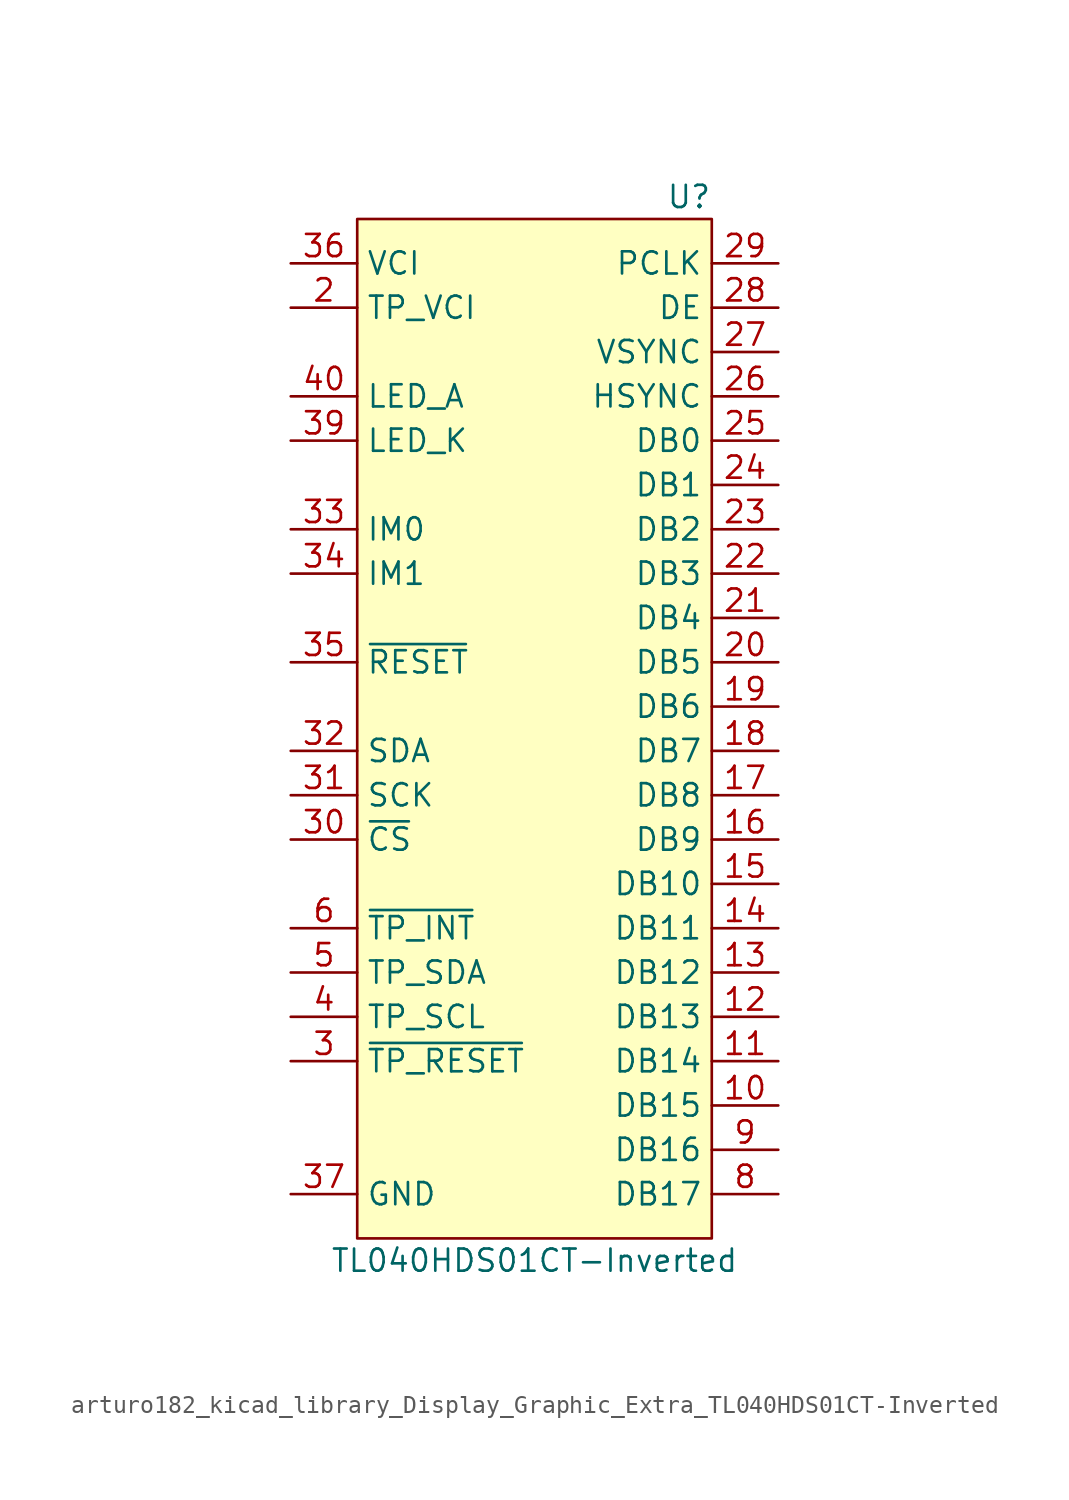
<source format=kicad_sym>
(kicad_symbol_lib
  (version 20220914)
  (generator kicad_symbol_editor)
  (symbol "arturo182_kicad_library_Display_Graphic_Extra_TL040HDS01CT-Inverted"
    (property "Reference" "U"
      (at 10.16 29.21 0)
      (effects (font (size 1.27 1.27)) (justify right)))
    (property "Value" "TL040HDS01CT-Inverted"
      (at 0 -31.75 0)
      (effects (font (size 1.27 1.27))))
    (symbol "arturo182_kicad_library_Display_Graphic_Extra_TL040HDS01CT-Inverted_0_1"
      (rectangle (start -10.16 27.94) (end 10.16 -30.48) (stroke (width 0) (type default)) (fill (type background))))
    (symbol "arturo182_kicad_library_Display_Graphic_Extra_TL040HDS01CT-Inverted_1_1"
      (pin passive line (at -13.97 -27.94 0) (length 3.81) hide (name "GND" (effects (font (size 1.27 1.27)))) (number "1" (effects (font (size 1.27 1.27)))))
      (pin input line (at 13.97 -22.86 180) (length 3.81) (name "DB15" (effects (font (size 1.27 1.27)))) (number "10" (effects (font (size 1.27 1.27)))))
      (pin input line (at 13.97 -20.32 180) (length 3.81) (name "DB14" (effects (font (size 1.27 1.27)))) (number "11" (effects (font (size 1.27 1.27)))))
      (pin input line (at 13.97 -17.78 180) (length 3.81) (name "DB13" (effects (font (size 1.27 1.27)))) (number "12" (effects (font (size 1.27 1.27)))))
      (pin input line (at 13.97 -15.24 180) (length 3.81) (name "DB12" (effects (font (size 1.27 1.27)))) (number "13" (effects (font (size 1.27 1.27)))))
      (pin input line (at 13.97 -12.7 180) (length 3.81) (name "DB11" (effects (font (size 1.27 1.27)))) (number "14" (effects (font (size 1.27 1.27)))))
      (pin input line (at 13.97 -10.16 180) (length 3.81) (name "DB10" (effects (font (size 1.27 1.27)))) (number "15" (effects (font (size 1.27 1.27)))))
      (pin input line (at 13.97 -7.62 180) (length 3.81) (name "DB9" (effects (font (size 1.27 1.27)))) (number "16" (effects (font (size 1.27 1.27)))))
      (pin input line (at 13.97 -5.08 180) (length 3.81) (name "DB8" (effects (font (size 1.27 1.27)))) (number "17" (effects (font (size 1.27 1.27)))))
      (pin input line (at 13.97 -2.54 180) (length 3.81) (name "DB7" (effects (font (size 1.27 1.27)))) (number "18" (effects (font (size 1.27 1.27)))))
      (pin input line (at 13.97 0 180) (length 3.81) (name "DB6" (effects (font (size 1.27 1.27)))) (number "19" (effects (font (size 1.27 1.27)))))
      (pin power_in line (at -13.97 22.86 0) (length 3.81) (name "TP_VCI" (effects (font (size 1.27 1.27)))) (number "2" (effects (font (size 1.27 1.27)))))
      (pin input line (at 13.97 2.54 180) (length 3.81) (name "DB5" (effects (font (size 1.27 1.27)))) (number "20" (effects (font (size 1.27 1.27)))))
      (pin input line (at 13.97 5.08 180) (length 3.81) (name "DB4" (effects (font (size 1.27 1.27)))) (number "21" (effects (font (size 1.27 1.27)))))
      (pin input line (at 13.97 7.62 180) (length 3.81) (name "DB3" (effects (font (size 1.27 1.27)))) (number "22" (effects (font (size 1.27 1.27)))))
      (pin input line (at 13.97 10.16 180) (length 3.81) (name "DB2" (effects (font (size 1.27 1.27)))) (number "23" (effects (font (size 1.27 1.27)))))
      (pin input line (at 13.97 12.7 180) (length 3.81) (name "DB1" (effects (font (size 1.27 1.27)))) (number "24" (effects (font (size 1.27 1.27)))))
      (pin input line (at 13.97 15.24 180) (length 3.81) (name "DB0" (effects (font (size 1.27 1.27)))) (number "25" (effects (font (size 1.27 1.27)))))
      (pin input line (at 13.97 17.78 180) (length 3.81) (name "HSYNC" (effects (font (size 1.27 1.27)))) (number "26" (effects (font (size 1.27 1.27)))))
      (pin input line (at 13.97 20.32 180) (length 3.81) (name "VSYNC" (effects (font (size 1.27 1.27)))) (number "27" (effects (font (size 1.27 1.27)))))
      (pin input line (at 13.97 22.86 180) (length 3.81) (name "DE" (effects (font (size 1.27 1.27)))) (number "28" (effects (font (size 1.27 1.27)))))
      (pin input line (at 13.97 25.4 180) (length 3.81) (name "PCLK" (effects (font (size 1.27 1.27)))) (number "29" (effects (font (size 1.27 1.27)))))
      (pin input line (at -13.97 -20.32 0) (length 3.81) (name "~{TP_RESET}" (effects (font (size 1.27 1.27)))) (number "3" (effects (font (size 1.27 1.27)))))
      (pin input line (at -13.97 -7.62 0) (length 3.81) (name "~{CS}" (effects (font (size 1.27 1.27)))) (number "30" (effects (font (size 1.27 1.27)))))
      (pin input line (at -13.97 -5.08 0) (length 3.81) (name "SCK" (effects (font (size 1.27 1.27)))) (number "31" (effects (font (size 1.27 1.27)))))
      (pin bidirectional line (at -13.97 -2.54 0) (length 3.81) (name "SDA" (effects (font (size 1.27 1.27)))) (number "32" (effects (font (size 1.27 1.27)))))
      (pin input line (at -13.97 10.16 0) (length 3.81) (name "IM0" (effects (font (size 1.27 1.27)))) (number "33" (effects (font (size 1.27 1.27)))))
      (pin input line (at -13.97 7.62 0) (length 3.81) (name "IM1" (effects (font (size 1.27 1.27)))) (number "34" (effects (font (size 1.27 1.27)))))
      (pin input line (at -13.97 2.54 0) (length 3.81) (name "~{RESET}" (effects (font (size 1.27 1.27)))) (number "35" (effects (font (size 1.27 1.27)))))
      (pin power_in line (at -13.97 25.4 0) (length 3.81) (name "VCI" (effects (font (size 1.27 1.27)))) (number "36" (effects (font (size 1.27 1.27)))))
      (pin power_in line (at -13.97 -27.94 0) (length 3.81) (name "GND" (effects (font (size 1.27 1.27)))) (number "37" (effects (font (size 1.27 1.27)))))
      (pin passive line (at -13.97 15.24 0) (length 3.81) hide (name "LED_K" (effects (font (size 1.27 1.27)))) (number "38" (effects (font (size 1.27 1.27)))))
      (pin input line (at -13.97 15.24 0) (length 3.81) (name "LED_K" (effects (font (size 1.27 1.27)))) (number "39" (effects (font (size 1.27 1.27)))))
      (pin input line (at -13.97 -17.78 0) (length 3.81) (name "TP_SCL" (effects (font (size 1.27 1.27)))) (number "4" (effects (font (size 1.27 1.27)))))
      (pin input line (at -13.97 17.78 0) (length 3.81) (name "LED_A" (effects (font (size 1.27 1.27)))) (number "40" (effects (font (size 1.27 1.27)))))
      (pin bidirectional line (at -13.97 -15.24 0) (length 3.81) (name "TP_SDA" (effects (font (size 1.27 1.27)))) (number "5" (effects (font (size 1.27 1.27)))))
      (pin output line (at -13.97 -12.7 0) (length 3.81) (name "~{TP_INT}" (effects (font (size 1.27 1.27)))) (number "6" (effects (font (size 1.27 1.27)))))
      (pin passive line (at -13.97 -27.94 0) (length 3.81) hide (name "GND" (effects (font (size 1.27 1.27)))) (number "7" (effects (font (size 1.27 1.27)))))
      (pin input line (at 13.97 -27.94 180) (length 3.81) (name "DB17" (effects (font (size 1.27 1.27)))) (number "8" (effects (font (size 1.27 1.27)))))
      (pin input line (at 13.97 -25.4 180) (length 3.81) (name "DB16" (effects (font (size 1.27 1.27)))) (number "9" (effects (font (size 1.27 1.27))))))))
</source>
